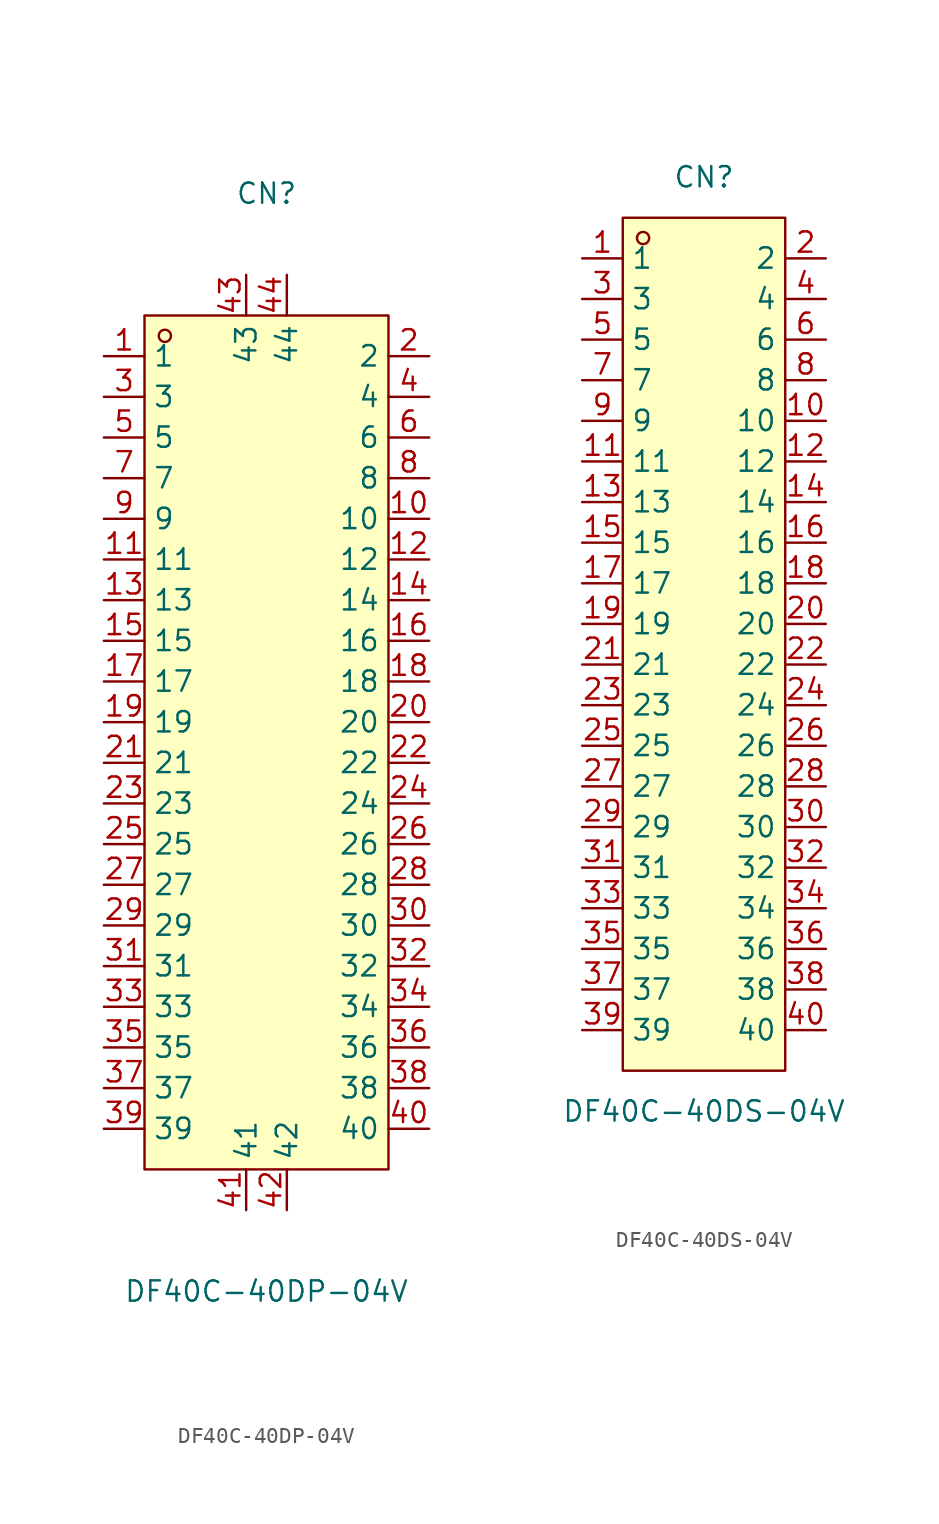
<source format=kicad_sym>
(kicad_symbol_lib
  (version 20220914)
  (generator kicad_symbol_editor)
  (symbol "DF40C-40DP-04V"
    (property "Reference" "CN"
      (at 0 34.29 0)
      (effects (font (size 1.27 1.27))))
    (property "Value" "DF40C-40DP-04V"
      (at 0 -34.29 0)
      (effects (font (size 1.27 1.27))))
    (symbol "DF40C-40DP-04V_0_1"
      (rectangle (start -7.62 26.67) (end 7.62 -26.67) (stroke (width 0) (type default)) (fill (type background)))
      (circle (center -6.35 25.4) (radius 0.38) (stroke (width 0) (type default)) (fill (type none)))
      (pin bidirectional line (at -10.16 24.13 0) (length 2.54) (name "1" (effects (font (size 1.27 1.27)))) (number "1" (effects (font (size 1.27 1.27)))))
      (pin bidirectional line (at 10.16 13.97 180) (length 2.54) (name "10" (effects (font (size 1.27 1.27)))) (number "10" (effects (font (size 1.27 1.27)))))
      (pin bidirectional line (at -10.16 11.43 0) (length 2.54) (name "11" (effects (font (size 1.27 1.27)))) (number "11" (effects (font (size 1.27 1.27)))))
      (pin bidirectional line (at 10.16 11.43 180) (length 2.54) (name "12" (effects (font (size 1.27 1.27)))) (number "12" (effects (font (size 1.27 1.27)))))
      (pin bidirectional line (at -10.16 8.89 0) (length 2.54) (name "13" (effects (font (size 1.27 1.27)))) (number "13" (effects (font (size 1.27 1.27)))))
      (pin bidirectional line (at 10.16 8.89 180) (length 2.54) (name "14" (effects (font (size 1.27 1.27)))) (number "14" (effects (font (size 1.27 1.27)))))
      (pin bidirectional line (at -10.16 6.35 0) (length 2.54) (name "15" (effects (font (size 1.27 1.27)))) (number "15" (effects (font (size 1.27 1.27)))))
      (pin bidirectional line (at 10.16 6.35 180) (length 2.54) (name "16" (effects (font (size 1.27 1.27)))) (number "16" (effects (font (size 1.27 1.27)))))
      (pin bidirectional line (at -10.16 3.81 0) (length 2.54) (name "17" (effects (font (size 1.27 1.27)))) (number "17" (effects (font (size 1.27 1.27)))))
      (pin bidirectional line (at 10.16 3.81 180) (length 2.54) (name "18" (effects (font (size 1.27 1.27)))) (number "18" (effects (font (size 1.27 1.27)))))
      (pin bidirectional line (at -10.16 1.27 0) (length 2.54) (name "19" (effects (font (size 1.27 1.27)))) (number "19" (effects (font (size 1.27 1.27)))))
      (pin bidirectional line (at 10.16 24.13 180) (length 2.54) (name "2" (effects (font (size 1.27 1.27)))) (number "2" (effects (font (size 1.27 1.27)))))
      (pin bidirectional line (at 10.16 1.27 180) (length 2.54) (name "20" (effects (font (size 1.27 1.27)))) (number "20" (effects (font (size 1.27 1.27)))))
      (pin bidirectional line (at -10.16 -1.27 0) (length 2.54) (name "21" (effects (font (size 1.27 1.27)))) (number "21" (effects (font (size 1.27 1.27)))))
      (pin bidirectional line (at 10.16 -1.27 180) (length 2.54) (name "22" (effects (font (size 1.27 1.27)))) (number "22" (effects (font (size 1.27 1.27)))))
      (pin bidirectional line (at -10.16 -3.81 0) (length 2.54) (name "23" (effects (font (size 1.27 1.27)))) (number "23" (effects (font (size 1.27 1.27)))))
      (pin bidirectional line (at 10.16 -3.81 180) (length 2.54) (name "24" (effects (font (size 1.27 1.27)))) (number "24" (effects (font (size 1.27 1.27)))))
      (pin bidirectional line (at -10.16 -6.35 0) (length 2.54) (name "25" (effects (font (size 1.27 1.27)))) (number "25" (effects (font (size 1.27 1.27)))))
      (pin bidirectional line (at 10.16 -6.35 180) (length 2.54) (name "26" (effects (font (size 1.27 1.27)))) (number "26" (effects (font (size 1.27 1.27)))))
      (pin bidirectional line (at -10.16 -8.89 0) (length 2.54) (name "27" (effects (font (size 1.27 1.27)))) (number "27" (effects (font (size 1.27 1.27)))))
      (pin bidirectional line (at 10.16 -8.89 180) (length 2.54) (name "28" (effects (font (size 1.27 1.27)))) (number "28" (effects (font (size 1.27 1.27)))))
      (pin bidirectional line (at -10.16 -11.43 0) (length 2.54) (name "29" (effects (font (size 1.27 1.27)))) (number "29" (effects (font (size 1.27 1.27)))))
      (pin bidirectional line (at -10.16 21.59 0) (length 2.54) (name "3" (effects (font (size 1.27 1.27)))) (number "3" (effects (font (size 1.27 1.27)))))
      (pin bidirectional line (at 10.16 -11.43 180) (length 2.54) (name "30" (effects (font (size 1.27 1.27)))) (number "30" (effects (font (size 1.27 1.27)))))
      (pin bidirectional line (at -10.16 -13.97 0) (length 2.54) (name "31" (effects (font (size 1.27 1.27)))) (number "31" (effects (font (size 1.27 1.27)))))
      (pin bidirectional line (at 10.16 -13.97 180) (length 2.54) (name "32" (effects (font (size 1.27 1.27)))) (number "32" (effects (font (size 1.27 1.27)))))
      (pin bidirectional line (at -10.16 -16.51 0) (length 2.54) (name "33" (effects (font (size 1.27 1.27)))) (number "33" (effects (font (size 1.27 1.27)))))
      (pin bidirectional line (at 10.16 -16.51 180) (length 2.54) (name "34" (effects (font (size 1.27 1.27)))) (number "34" (effects (font (size 1.27 1.27)))))
      (pin bidirectional line (at -10.16 -19.05 0) (length 2.54) (name "35" (effects (font (size 1.27 1.27)))) (number "35" (effects (font (size 1.27 1.27)))))
      (pin bidirectional line (at 10.16 -19.05 180) (length 2.54) (name "36" (effects (font (size 1.27 1.27)))) (number "36" (effects (font (size 1.27 1.27)))))
      (pin bidirectional line (at -10.16 -21.59 0) (length 2.54) (name "37" (effects (font (size 1.27 1.27)))) (number "37" (effects (font (size 1.27 1.27)))))
      (pin bidirectional line (at 10.16 -21.59 180) (length 2.54) (name "38" (effects (font (size 1.27 1.27)))) (number "38" (effects (font (size 1.27 1.27)))))
      (pin bidirectional line (at -10.16 -24.13 0) (length 2.54) (name "39" (effects (font (size 1.27 1.27)))) (number "39" (effects (font (size 1.27 1.27)))))
      (pin bidirectional line (at 10.16 21.59 180) (length 2.54) (name "4" (effects (font (size 1.27 1.27)))) (number "4" (effects (font (size 1.27 1.27)))))
      (pin bidirectional line (at 10.16 -24.13 180) (length 2.54) (name "40" (effects (font (size 1.27 1.27)))) (number "40" (effects (font (size 1.27 1.27)))))
      (pin bidirectional line (at -1.27 -29.21 90) (length 2.54) (name "41" (effects (font (size 1.27 1.27)))) (number "41" (effects (font (size 1.27 1.27)))))
      (pin bidirectional line (at 1.27 -29.21 90) (length 2.54) (name "42" (effects (font (size 1.27 1.27)))) (number "42" (effects (font (size 1.27 1.27)))))
      (pin bidirectional line (at -1.27 29.21 270) (length 2.54) (name "43" (effects (font (size 1.27 1.27)))) (number "43" (effects (font (size 1.27 1.27)))))
      (pin bidirectional line (at 1.27 29.21 270) (length 2.54) (name "44" (effects (font (size 1.27 1.27)))) (number "44" (effects (font (size 1.27 1.27)))))
      (pin bidirectional line (at -10.16 19.05 0) (length 2.54) (name "5" (effects (font (size 1.27 1.27)))) (number "5" (effects (font (size 1.27 1.27)))))
      (pin bidirectional line (at 10.16 19.05 180) (length 2.54) (name "6" (effects (font (size 1.27 1.27)))) (number "6" (effects (font (size 1.27 1.27)))))
      (pin bidirectional line (at -10.16 16.51 0) (length 2.54) (name "7" (effects (font (size 1.27 1.27)))) (number "7" (effects (font (size 1.27 1.27)))))
      (pin bidirectional line (at 10.16 16.51 180) (length 2.54) (name "8" (effects (font (size 1.27 1.27)))) (number "8" (effects (font (size 1.27 1.27)))))
      (pin bidirectional line (at -10.16 13.97 0) (length 2.54) (name "9" (effects (font (size 1.27 1.27)))) (number "9" (effects (font (size 1.27 1.27)))))))
  (symbol "DF40C-40DS-04V"
    (property "Reference" "CN"
      (at 0 29.21 0)
      (effects (font (size 1.27 1.27))))
    (property "Value" "DF40C-40DS-04V"
      (at 0 -29.21 0)
      (effects (font (size 1.27 1.27))))
    (symbol "DF40C-40DS-04V_0_1"
      (rectangle (start -5.08 26.67) (end 5.08 -26.67) (stroke (width 0) (type default)) (fill (type background)))
      (circle (center -3.81 25.4) (radius 0.38) (stroke (width 0) (type default)) (fill (type none)))
      (pin bidirectional line (at -7.62 24.13 0) (length 2.54) (name "1" (effects (font (size 1.27 1.27)))) (number "1" (effects (font (size 1.27 1.27)))))
      (pin bidirectional line (at 7.62 13.97 180) (length 2.54) (name "10" (effects (font (size 1.27 1.27)))) (number "10" (effects (font (size 1.27 1.27)))))
      (pin bidirectional line (at -7.62 11.43 0) (length 2.54) (name "11" (effects (font (size 1.27 1.27)))) (number "11" (effects (font (size 1.27 1.27)))))
      (pin bidirectional line (at 7.62 11.43 180) (length 2.54) (name "12" (effects (font (size 1.27 1.27)))) (number "12" (effects (font (size 1.27 1.27)))))
      (pin bidirectional line (at -7.62 8.89 0) (length 2.54) (name "13" (effects (font (size 1.27 1.27)))) (number "13" (effects (font (size 1.27 1.27)))))
      (pin bidirectional line (at 7.62 8.89 180) (length 2.54) (name "14" (effects (font (size 1.27 1.27)))) (number "14" (effects (font (size 1.27 1.27)))))
      (pin bidirectional line (at -7.62 6.35 0) (length 2.54) (name "15" (effects (font (size 1.27 1.27)))) (number "15" (effects (font (size 1.27 1.27)))))
      (pin bidirectional line (at 7.62 6.35 180) (length 2.54) (name "16" (effects (font (size 1.27 1.27)))) (number "16" (effects (font (size 1.27 1.27)))))
      (pin bidirectional line (at -7.62 3.81 0) (length 2.54) (name "17" (effects (font (size 1.27 1.27)))) (number "17" (effects (font (size 1.27 1.27)))))
      (pin bidirectional line (at 7.62 3.81 180) (length 2.54) (name "18" (effects (font (size 1.27 1.27)))) (number "18" (effects (font (size 1.27 1.27)))))
      (pin bidirectional line (at -7.62 1.27 0) (length 2.54) (name "19" (effects (font (size 1.27 1.27)))) (number "19" (effects (font (size 1.27 1.27)))))
      (pin bidirectional line (at 7.62 24.13 180) (length 2.54) (name "2" (effects (font (size 1.27 1.27)))) (number "2" (effects (font (size 1.27 1.27)))))
      (pin bidirectional line (at 7.62 1.27 180) (length 2.54) (name "20" (effects (font (size 1.27 1.27)))) (number "20" (effects (font (size 1.27 1.27)))))
      (pin bidirectional line (at -7.62 -1.27 0) (length 2.54) (name "21" (effects (font (size 1.27 1.27)))) (number "21" (effects (font (size 1.27 1.27)))))
      (pin bidirectional line (at 7.62 -1.27 180) (length 2.54) (name "22" (effects (font (size 1.27 1.27)))) (number "22" (effects (font (size 1.27 1.27)))))
      (pin bidirectional line (at -7.62 -3.81 0) (length 2.54) (name "23" (effects (font (size 1.27 1.27)))) (number "23" (effects (font (size 1.27 1.27)))))
      (pin bidirectional line (at 7.62 -3.81 180) (length 2.54) (name "24" (effects (font (size 1.27 1.27)))) (number "24" (effects (font (size 1.27 1.27)))))
      (pin bidirectional line (at -7.62 -6.35 0) (length 2.54) (name "25" (effects (font (size 1.27 1.27)))) (number "25" (effects (font (size 1.27 1.27)))))
      (pin bidirectional line (at 7.62 -6.35 180) (length 2.54) (name "26" (effects (font (size 1.27 1.27)))) (number "26" (effects (font (size 1.27 1.27)))))
      (pin bidirectional line (at -7.62 -8.89 0) (length 2.54) (name "27" (effects (font (size 1.27 1.27)))) (number "27" (effects (font (size 1.27 1.27)))))
      (pin bidirectional line (at 7.62 -8.89 180) (length 2.54) (name "28" (effects (font (size 1.27 1.27)))) (number "28" (effects (font (size 1.27 1.27)))))
      (pin bidirectional line (at -7.62 -11.43 0) (length 2.54) (name "29" (effects (font (size 1.27 1.27)))) (number "29" (effects (font (size 1.27 1.27)))))
      (pin bidirectional line (at -7.62 21.59 0) (length 2.54) (name "3" (effects (font (size 1.27 1.27)))) (number "3" (effects (font (size 1.27 1.27)))))
      (pin bidirectional line (at 7.62 -11.43 180) (length 2.54) (name "30" (effects (font (size 1.27 1.27)))) (number "30" (effects (font (size 1.27 1.27)))))
      (pin bidirectional line (at -7.62 -13.97 0) (length 2.54) (name "31" (effects (font (size 1.27 1.27)))) (number "31" (effects (font (size 1.27 1.27)))))
      (pin bidirectional line (at 7.62 -13.97 180) (length 2.54) (name "32" (effects (font (size 1.27 1.27)))) (number "32" (effects (font (size 1.27 1.27)))))
      (pin bidirectional line (at -7.62 -16.51 0) (length 2.54) (name "33" (effects (font (size 1.27 1.27)))) (number "33" (effects (font (size 1.27 1.27)))))
      (pin bidirectional line (at 7.62 -16.51 180) (length 2.54) (name "34" (effects (font (size 1.27 1.27)))) (number "34" (effects (font (size 1.27 1.27)))))
      (pin bidirectional line (at -7.62 -19.05 0) (length 2.54) (name "35" (effects (font (size 1.27 1.27)))) (number "35" (effects (font (size 1.27 1.27)))))
      (pin bidirectional line (at 7.62 -19.05 180) (length 2.54) (name "36" (effects (font (size 1.27 1.27)))) (number "36" (effects (font (size 1.27 1.27)))))
      (pin bidirectional line (at -7.62 -21.59 0) (length 2.54) (name "37" (effects (font (size 1.27 1.27)))) (number "37" (effects (font (size 1.27 1.27)))))
      (pin bidirectional line (at 7.62 -21.59 180) (length 2.54) (name "38" (effects (font (size 1.27 1.27)))) (number "38" (effects (font (size 1.27 1.27)))))
      (pin bidirectional line (at -7.62 -24.13 0) (length 2.54) (name "39" (effects (font (size 1.27 1.27)))) (number "39" (effects (font (size 1.27 1.27)))))
      (pin bidirectional line (at 7.62 21.59 180) (length 2.54) (name "4" (effects (font (size 1.27 1.27)))) (number "4" (effects (font (size 1.27 1.27)))))
      (pin bidirectional line (at 7.62 -24.13 180) (length 2.54) (name "40" (effects (font (size 1.27 1.27)))) (number "40" (effects (font (size 1.27 1.27)))))
      (pin bidirectional line (at -7.62 19.05 0) (length 2.54) (name "5" (effects (font (size 1.27 1.27)))) (number "5" (effects (font (size 1.27 1.27)))))
      (pin bidirectional line (at 7.62 19.05 180) (length 2.54) (name "6" (effects (font (size 1.27 1.27)))) (number "6" (effects (font (size 1.27 1.27)))))
      (pin bidirectional line (at -7.62 16.51 0) (length 2.54) (name "7" (effects (font (size 1.27 1.27)))) (number "7" (effects (font (size 1.27 1.27)))))
      (pin bidirectional line (at 7.62 16.51 180) (length 2.54) (name "8" (effects (font (size 1.27 1.27)))) (number "8" (effects (font (size 1.27 1.27)))))
      (pin bidirectional line (at -7.62 13.97 0) (length 2.54) (name "9" (effects (font (size 1.27 1.27)))) (number "9" (effects (font (size 1.27 1.27))))))))
</source>
